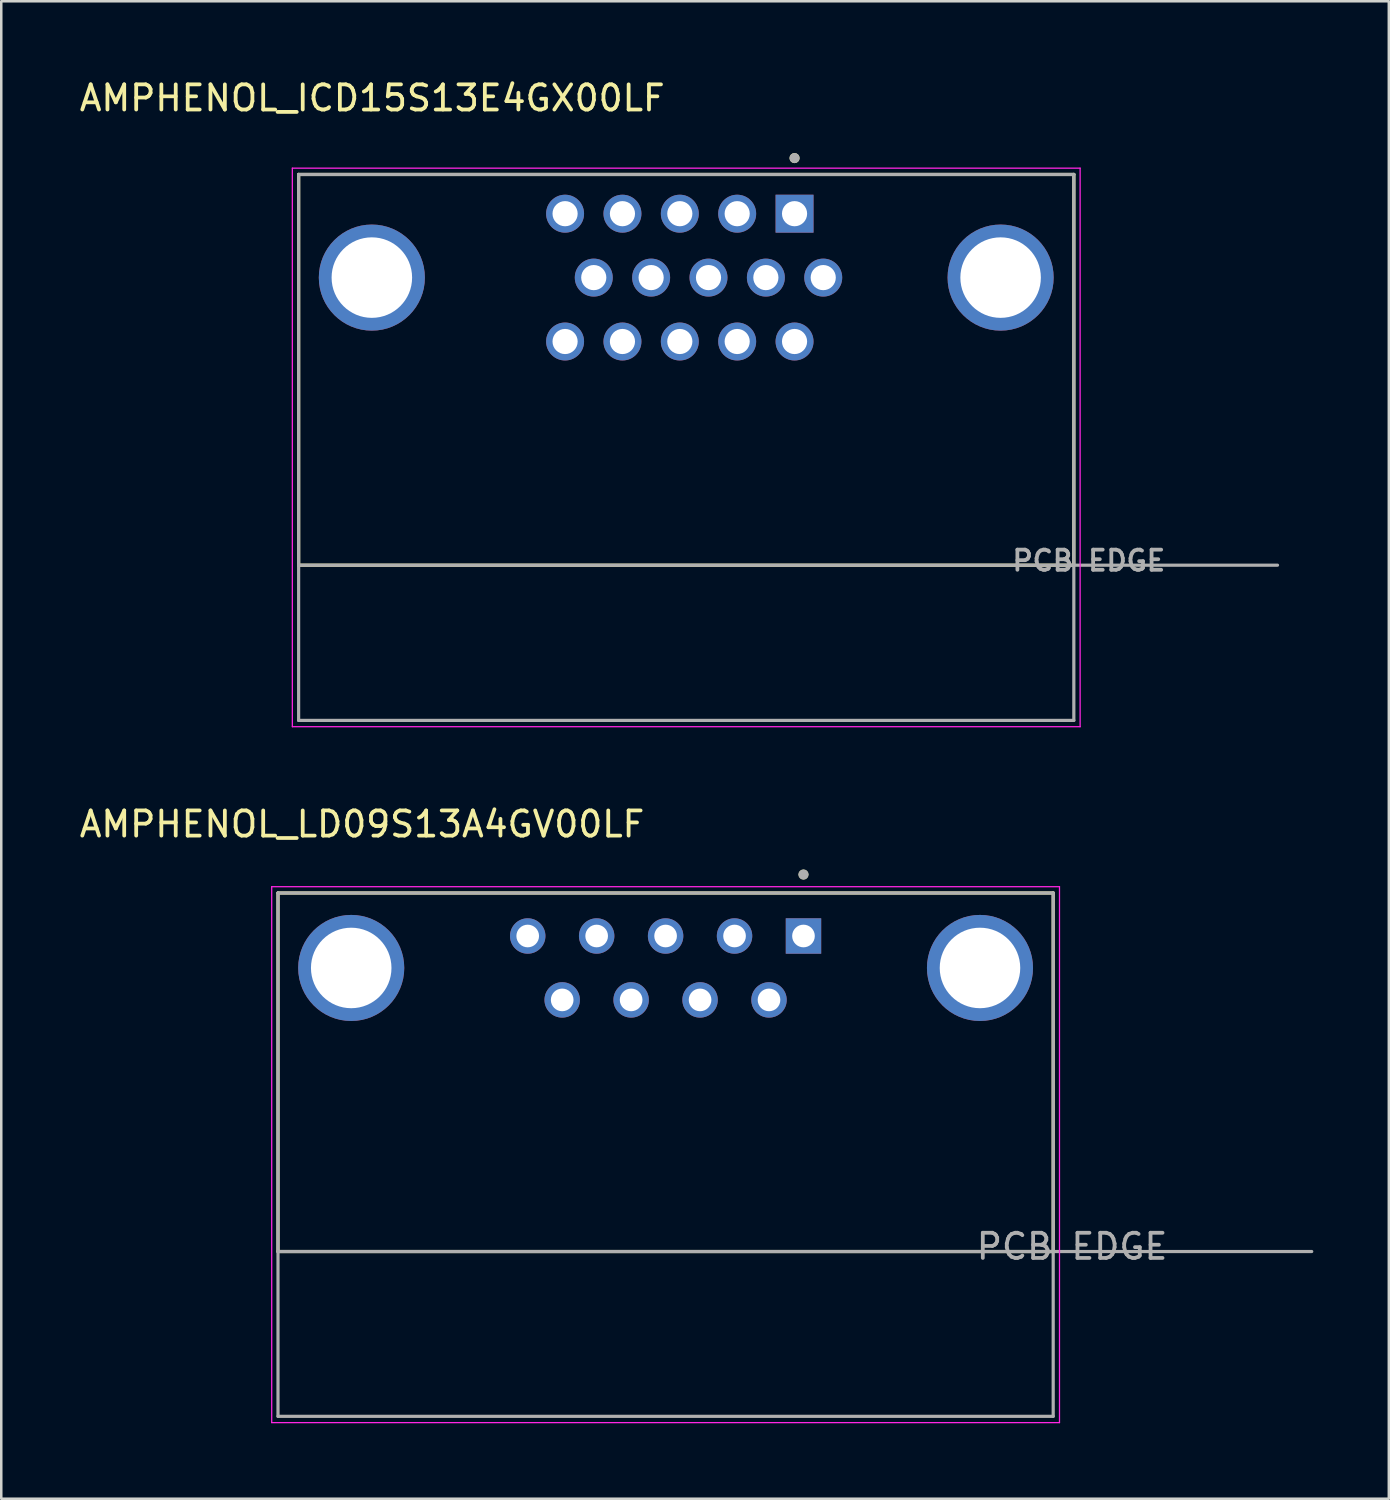
<source format=kicad_pcb>
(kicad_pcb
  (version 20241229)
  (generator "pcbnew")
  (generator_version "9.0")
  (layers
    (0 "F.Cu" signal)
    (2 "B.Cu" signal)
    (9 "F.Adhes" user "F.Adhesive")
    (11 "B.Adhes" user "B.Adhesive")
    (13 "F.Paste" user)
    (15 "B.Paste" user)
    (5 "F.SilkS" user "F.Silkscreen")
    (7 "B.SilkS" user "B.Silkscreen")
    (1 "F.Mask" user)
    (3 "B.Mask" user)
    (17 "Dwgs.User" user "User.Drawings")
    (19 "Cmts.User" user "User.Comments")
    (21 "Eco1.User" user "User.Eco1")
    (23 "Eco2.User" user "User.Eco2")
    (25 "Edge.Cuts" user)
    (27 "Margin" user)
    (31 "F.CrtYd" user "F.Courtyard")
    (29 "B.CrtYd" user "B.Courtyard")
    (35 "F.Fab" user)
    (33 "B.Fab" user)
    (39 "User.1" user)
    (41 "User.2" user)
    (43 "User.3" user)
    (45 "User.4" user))
  (footprint "AMPHENOL_ICD15S13E4GX00LF"
    (layer "F.Cu")
    (at 24.224 7.983)
    (property "Reference" "AMPHENOL_ICD15S13E4GX00LF" (at -12.48 -7.135 0) (layer "F.SilkS") (effects (font (size 1 1) (thickness 0.15))))
    (attr through_hole)
    (fp_line (start -15.405 -4.1) (end 15.405 -4.1) (stroke (width 0.127) (type solid)) (layer "F.SilkS"))
    (fp_line (start -15.405 11.43) (end -15.405 -4.1) (stroke (width 0.127) (type solid)) (layer "F.SilkS"))
    (fp_line (start 15.405 -4.1) (end 15.405 11.43) (stroke (width 0.127) (type solid)) (layer "F.SilkS"))
    (fp_line (start 15.405 11.43) (end -15.405 11.43) (stroke (width 0.127) (type solid)) (layer "F.SilkS"))
    (fp_circle (center 4.305 -4.75) (end 4.405 -4.75) (stroke (width 0.2) (type solid)) (fill no) (layer "F.SilkS"))
    (fp_line (start -15.655 -4.35) (end -15.655 17.85) (stroke (width 0.05) (type solid)) (layer "F.CrtYd"))
    (fp_line (start -15.655 17.85) (end 15.655 17.85) (stroke (width 0.05) (type solid)) (layer "F.CrtYd"))
    (fp_line (start 15.655 -4.35) (end -15.655 -4.35) (stroke (width 0.05) (type solid)) (layer "F.CrtYd"))
    (fp_line (start 15.655 17.85) (end 15.655 -4.35) (stroke (width 0.05) (type solid)) (layer "F.CrtYd"))
    (fp_line (start -15.405 -4.1) (end 15.405 -4.1) (stroke (width 0.127) (type solid)) (layer "F.Fab"))
    (fp_line (start -15.405 11.43) (end -15.405 -4.1) (stroke (width 0.127) (type solid)) (layer "F.Fab"))
    (fp_line (start -15.405 17.6) (end -15.405 11.43) (stroke (width 0.127) (type solid)) (layer "F.Fab"))
    (fp_line (start 15.405 -4.1) (end 15.405 17.6) (stroke (width 0.127) (type solid)) (layer "F.Fab"))
    (fp_line (start 15.405 17.6) (end -15.405 17.6) (stroke (width 0.127) (type solid)) (layer "F.Fab"))
    (fp_line (start 23.5 11.43) (end -15.405 11.43) (stroke (width 0.127) (type solid)) (layer "F.Fab"))
    (fp_circle (center 4.305 -4.75) (end 4.405 -4.75) (stroke (width 0.2) (type solid)) (fill no) (layer "F.Fab"))
    (fp_text user "PCB EDGE" (at 16 11.25 0) (layer "F.Fab") (effects (font (size 0.8 0.8) (thickness 0.15))))
    (pad "1" thru_hole rect (at 4.305 -2.54) (size 1.508 1.508) (drill 1) (layers "*.Cu" "*.Mask"))
    (pad "2" thru_hole circle (at 2.025 -2.54) (size 1.508 1.508) (drill 1) (layers "*.Cu" "*.Mask"))
    (pad "3" thru_hole circle (at -0.255 -2.54) (size 1.508 1.508) (drill 1) (layers "*.Cu" "*.Mask"))
    (pad "4" thru_hole circle (at -2.535 -2.54) (size 1.508 1.508) (drill 1) (layers "*.Cu" "*.Mask"))
    (pad "5" thru_hole circle (at -4.815 -2.54) (size 1.508 1.508) (drill 1) (layers "*.Cu" "*.Mask"))
    (pad "6" thru_hole circle (at 5.445 0) (size 1.508 1.508) (drill 1) (layers "*.Cu" "*.Mask"))
    (pad "7" thru_hole circle (at 3.165 0) (size 1.508 1.508) (drill 1) (layers "*.Cu" "*.Mask"))
    (pad "8" thru_hole circle (at 0.885 0) (size 1.508 1.508) (drill 1) (layers "*.Cu" "*.Mask"))
    (pad "9" thru_hole circle (at -1.395 0) (size 1.508 1.508) (drill 1) (layers "*.Cu" "*.Mask"))
    (pad "10" thru_hole circle (at -3.675 0) (size 1.508 1.508) (drill 1) (layers "*.Cu" "*.Mask"))
    (pad "11" thru_hole circle (at 4.305 2.54) (size 1.508 1.508) (drill 1) (layers "*.Cu" "*.Mask"))
    (pad "12" thru_hole circle (at 2.025 2.54) (size 1.508 1.508) (drill 1) (layers "*.Cu" "*.Mask"))
    (pad "13" thru_hole circle (at -0.255 2.54) (size 1.508 1.508) (drill 1) (layers "*.Cu" "*.Mask"))
    (pad "14" thru_hole circle (at -2.535 2.54) (size 1.508 1.508) (drill 1) (layers "*.Cu" "*.Mask"))
    (pad "15" thru_hole circle (at -4.815 2.54) (size 1.508 1.508) (drill 1) (layers "*.Cu" "*.Mask"))
    (pad "S1" thru_hole circle (at -12.495 0) (size 4.216 4.216) (drill 3.2) (layers "*.Cu" "*.Mask"))
    (pad "S2" thru_hole circle (at 12.495 0) (size 4.216 4.216) (drill 3.2) (layers "*.Cu" "*.Mask")))
  (footprint "AMPHENOL_LD09S13A4GV00LF"
    (layer "F.Cu")
    (at 23.404 46.691)
    (property "Reference" "AMPHENOL_LD09S13A4GV00LF" (at -12.065 -16.985 0) (layer "F.SilkS") (effects (font (size 1 1) (thickness 0.15))))
    (attr through_hole)
    (fp_line (start -15.405 -14.25) (end 15.405 -14.25) (stroke (width 0.127) (type solid)) (layer "F.SilkS"))
    (fp_line (start -15.405 0) (end -15.405 -14.25) (stroke (width 0.127) (type solid)) (layer "F.SilkS"))
    (fp_line (start 15.405 -14.25) (end 15.405 0) (stroke (width 0.127) (type solid)) (layer "F.SilkS"))
    (fp_line (start 15.405 0) (end -15.405 0) (stroke (width 0.127) (type solid)) (layer "F.SilkS"))
    (fp_circle (center 5.48 -14.983) (end 5.58 -14.983) (stroke (width 0.2) (type solid)) (fill no) (layer "F.SilkS"))
    (fp_line (start -15.655 -14.5) (end -15.655 6.8) (stroke (width 0.05) (type solid)) (layer "F.CrtYd"))
    (fp_line (start -15.655 6.8) (end 15.655 6.8) (stroke (width 0.05) (type solid)) (layer "F.CrtYd"))
    (fp_line (start 15.655 -14.5) (end -15.655 -14.5) (stroke (width 0.05) (type solid)) (layer "F.CrtYd"))
    (fp_line (start 15.655 6.8) (end 15.655 -14.5) (stroke (width 0.05) (type solid)) (layer "F.CrtYd"))
    (fp_line (start -15.405 -14.25) (end 15.405 -14.25) (stroke (width 0.127) (type solid)) (layer "F.Fab"))
    (fp_line (start -15.405 0) (end -15.405 -14.25) (stroke (width 0.127) (type solid)) (layer "F.Fab"))
    (fp_line (start -15.405 0) (end -15.405 6.55) (stroke (width 0.127) (type solid)) (layer "F.Fab"))
    (fp_line (start -15.405 6.55) (end 15.405 6.55) (stroke (width 0.127) (type solid)) (layer "F.Fab"))
    (fp_line (start 15.405 -14.25) (end 15.405 0) (stroke (width 0.127) (type solid)) (layer "F.Fab"))
    (fp_line (start 15.405 0) (end -15.405 0) (stroke (width 0.127) (type solid)) (layer "F.Fab"))
    (fp_line (start 15.405 0) (end 25.68 0) (stroke (width 0.127) (type solid)) (layer "F.Fab"))
    (fp_line (start 15.405 6.55) (end 15.405 0) (stroke (width 0.127) (type solid)) (layer "F.Fab"))
    (fp_circle (center 5.48 -14.983) (end 5.58 -14.983) (stroke (width 0.2) (type solid)) (fill no) (layer "F.Fab"))
    (fp_text user "PCB EDGE" (at 16.155 -0.2 0) (layer "F.Fab") (effects (font (size 1 1) (thickness 0.15))))
    (pad "01" thru_hole rect (at 5.48 -12.54) (size 1.408 1.408) (drill 0.9) (layers "*.Cu" "*.Mask"))
    (pad "02" thru_hole circle (at 2.74 -12.54) (size 1.408 1.408) (drill 0.9) (layers "*.Cu" "*.Mask"))
    (pad "03" thru_hole circle (at 0 -12.54) (size 1.408 1.408) (drill 0.9) (layers "*.Cu" "*.Mask"))
    (pad "04" thru_hole circle (at -2.74 -12.54) (size 1.408 1.408) (drill 0.9) (layers "*.Cu" "*.Mask"))
    (pad "05" thru_hole circle (at -5.48 -12.54) (size 1.408 1.408) (drill 0.9) (layers "*.Cu" "*.Mask"))
    (pad "06" thru_hole circle (at 4.11 -10) (size 1.408 1.408) (drill 0.9) (layers "*.Cu" "*.Mask"))
    (pad "07" thru_hole circle (at 1.37 -10) (size 1.408 1.408) (drill 0.9) (layers "*.Cu" "*.Mask"))
    (pad "08" thru_hole circle (at -1.37 -10) (size 1.408 1.408) (drill 0.9) (layers "*.Cu" "*.Mask"))
    (pad "09" thru_hole circle (at -4.11 -10) (size 1.408 1.408) (drill 0.9) (layers "*.Cu" "*.Mask"))
    (pad "SH1" thru_hole circle (at -12.495 -11.27) (size 4.216 4.216) (drill 3.2) (layers "*.Cu" "*.Mask"))
    (pad "SH2" thru_hole circle (at 12.495 -11.27) (size 4.216 4.216) (drill 3.2) (layers "*.Cu" "*.Mask")))
  (gr_rect
    (start -3 -3)
    (end 52.148 56.517)
    (stroke (width 0.1) (type default))
    (fill no)
    (layer "Edge.Cuts")))
</source>
